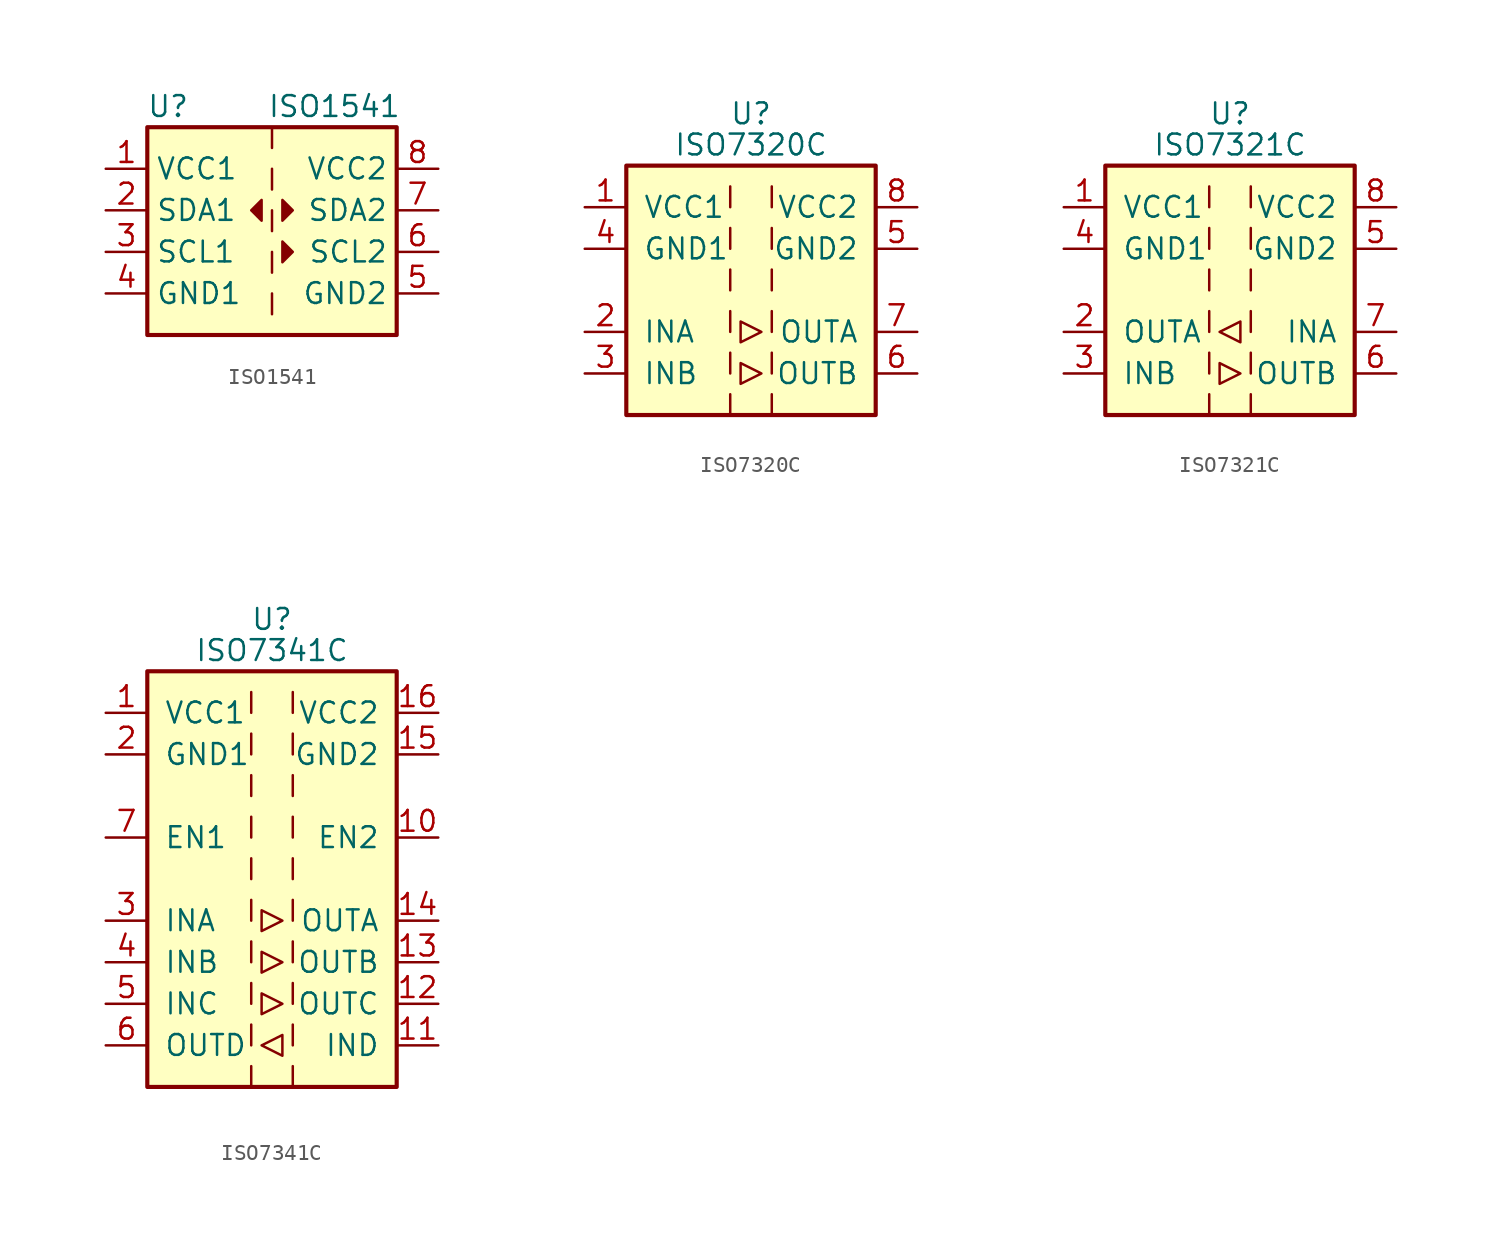
<source format=kicad_sym>
(kicad_symbol_lib
  (version 20201005)
  (generator kicad_symbol_editor)
  (symbol "ISO1541"
    (property "Reference" "U"
      (at -6.35 6.35 0)
      (effects (font (size 1.27 1.27))))
    (property "Value" "ISO1541"
      (at 3.81 6.35 0)
      (effects (font (size 1.27 1.27))))
    (symbol "ISO1541_0_1"
      (rectangle (start -7.62 5.08) (end 7.62 -7.62) (stroke (width 0.254)) (fill (type background)))
      (rectangle (start 0 -5.08) (end 0 -6.35) (stroke (width 0)) (fill (type none)))
      (polyline (pts (xy 0 -2.54) (xy 0 -3.81)) (stroke (width 0)) (fill (type none)))
      (polyline (pts (xy 0 0) (xy 0 -1.27)) (stroke (width 0)) (fill (type none)))
      (polyline (pts (xy 0 2.54) (xy 0 1.27)) (stroke (width 0)) (fill (type none)))
      (polyline (pts (xy 0 5.08) (xy 0 3.81)) (stroke (width 0)) (fill (type none)))
      (polyline (pts (xy -0.635 0.635) (xy -1.27 0) (xy -0.635 -0.635) (xy -0.635 0.635)) (stroke (width 0)) (fill (type outline)))
      (polyline (pts (xy 0.635 -1.905) (xy 1.27 -2.54) (xy 0.635 -3.175) (xy 0.635 -1.905)) (stroke (width 0)) (fill (type outline)))
      (polyline (pts (xy 0.635 0.635) (xy 1.27 0) (xy 0.635 -0.635) (xy 0.635 0.635)) (stroke (width 0)) (fill (type outline))))
    (symbol "ISO1541_1_1"
      (pin power_in line (at -10.16 2.54 0) (length 2.54) (name "VCC1" (effects (font (size 1.27 1.27)))) (number "1" (effects (font (size 1.27 1.27)))))
      (pin bidirectional line (at -10.16 0 0) (length 2.54) (name "SDA1" (effects (font (size 1.27 1.27)))) (number "2" (effects (font (size 1.27 1.27)))))
      (pin input line (at -10.16 -2.54 0) (length 2.54) (name "SCL1" (effects (font (size 1.27 1.27)))) (number "3" (effects (font (size 1.27 1.27)))))
      (pin power_in line (at -10.16 -5.08 0) (length 2.54) (name "GND1" (effects (font (size 1.27 1.27)))) (number "4" (effects (font (size 1.27 1.27)))))
      (pin power_in line (at 10.16 -5.08 180) (length 2.54) (name "GND2" (effects (font (size 1.27 1.27)))) (number "5" (effects (font (size 1.27 1.27)))))
      (pin output line (at 10.16 -2.54 180) (length 2.54) (name "SCL2" (effects (font (size 1.27 1.27)))) (number "6" (effects (font (size 1.27 1.27)))))
      (pin bidirectional line (at 10.16 0 180) (length 2.54) (name "SDA2" (effects (font (size 1.27 1.27)))) (number "7" (effects (font (size 1.27 1.27)))))
      (pin power_in line (at 10.16 2.54 180) (length 2.54) (name "VCC2" (effects (font (size 1.27 1.27)))) (number "8" (effects (font (size 1.27 1.27)))))))
  (symbol "ISO7320C"
    (pin_names
      (offset 1.016))
    (property "Reference" "U"
      (at 0 10.795 0)
      (effects (font (size 1.27 1.27))))
    (property "Value" "ISO7320C"
      (at 0 8.89 0)
      (effects (font (size 1.27 1.27))))
    (symbol "ISO7320C_0_1"
      (rectangle (start -7.62 7.62) (end 7.62 -7.62) (stroke (width 0.254)) (fill (type background)))
      (polyline (pts (xy -1.27 -6.35) (xy -1.27 -7.62)) (stroke (width 0)) (fill (type none)))
      (polyline (pts (xy -1.27 -3.81) (xy -1.27 -5.08)) (stroke (width 0)) (fill (type none)))
      (polyline (pts (xy -1.27 -1.27) (xy -1.27 -2.54)) (stroke (width 0)) (fill (type none)))
      (polyline (pts (xy -1.27 1.27) (xy -1.27 0)) (stroke (width 0)) (fill (type none)))
      (polyline (pts (xy -1.27 3.81) (xy -1.27 2.54)) (stroke (width 0)) (fill (type none)))
      (polyline (pts (xy -1.27 6.35) (xy -1.27 5.08)) (stroke (width 0)) (fill (type none)))
      (polyline (pts (xy 1.27 -6.35) (xy 1.27 -7.62)) (stroke (width 0)) (fill (type none)))
      (polyline (pts (xy 1.27 -3.81) (xy 1.27 -5.08)) (stroke (width 0)) (fill (type none)))
      (polyline (pts (xy 1.27 -1.27) (xy 1.27 -2.54)) (stroke (width 0)) (fill (type none)))
      (polyline (pts (xy 1.27 1.27) (xy 1.27 0)) (stroke (width 0)) (fill (type none)))
      (polyline (pts (xy 1.27 3.81) (xy 1.27 2.54)) (stroke (width 0)) (fill (type none)))
      (polyline (pts (xy 1.27 6.35) (xy 1.27 5.08)) (stroke (width 0)) (fill (type none)))
      (polyline (pts (xy -0.635 -4.445) (xy -0.635 -5.715) (xy 0.635 -5.08) (xy -0.635 -4.445)) (stroke (width 0)) (fill (type none)))
      (polyline (pts (xy -0.635 -1.905) (xy -0.635 -3.175) (xy 0.635 -2.54) (xy -0.635 -1.905)) (stroke (width 0)) (fill (type none))))
    (symbol "ISO7320C_1_1"
      (pin power_in line (at -10.16 5.08 0) (length 2.54) (name "VCC1" (effects (font (size 1.27 1.27)))) (number "1" (effects (font (size 1.27 1.27)))))
      (pin input line (at -10.16 -2.54 0) (length 2.54) (name "INA" (effects (font (size 1.27 1.27)))) (number "2" (effects (font (size 1.27 1.27)))))
      (pin input line (at -10.16 -5.08 0) (length 2.54) (name "INB" (effects (font (size 1.27 1.27)))) (number "3" (effects (font (size 1.27 1.27)))))
      (pin power_in line (at -10.16 2.54 0) (length 2.54) (name "GND1" (effects (font (size 1.27 1.27)))) (number "4" (effects (font (size 1.27 1.27)))))
      (pin power_in line (at 10.16 2.54 180) (length 2.54) (name "GND2" (effects (font (size 1.27 1.27)))) (number "5" (effects (font (size 1.27 1.27)))))
      (pin output line (at 10.16 -5.08 180) (length 2.54) (name "OUTB" (effects (font (size 1.27 1.27)))) (number "6" (effects (font (size 1.27 1.27)))))
      (pin output line (at 10.16 -2.54 180) (length 2.54) (name "OUTA" (effects (font (size 1.27 1.27)))) (number "7" (effects (font (size 1.27 1.27)))))
      (pin power_in line (at 10.16 5.08 180) (length 2.54) (name "VCC2" (effects (font (size 1.27 1.27)))) (number "8" (effects (font (size 1.27 1.27)))))))
  (symbol "ISO7321C"
    (pin_names
      (offset 1.016))
    (property "Reference" "U"
      (at 0 10.795 0)
      (effects (font (size 1.27 1.27))))
    (property "Value" "ISO7321C"
      (at 0 8.89 0)
      (effects (font (size 1.27 1.27))))
    (symbol "ISO7321C_0_1"
      (rectangle (start -7.62 7.62) (end 7.62 -7.62) (stroke (width 0.254)) (fill (type background)))
      (polyline (pts (xy -1.27 -6.35) (xy -1.27 -7.62)) (stroke (width 0)) (fill (type none)))
      (polyline (pts (xy -1.27 -3.81) (xy -1.27 -5.08)) (stroke (width 0)) (fill (type none)))
      (polyline (pts (xy -1.27 -1.27) (xy -1.27 -2.54)) (stroke (width 0)) (fill (type none)))
      (polyline (pts (xy -1.27 1.27) (xy -1.27 0)) (stroke (width 0)) (fill (type none)))
      (polyline (pts (xy -1.27 3.81) (xy -1.27 2.54)) (stroke (width 0)) (fill (type none)))
      (polyline (pts (xy -1.27 6.35) (xy -1.27 5.08)) (stroke (width 0)) (fill (type none)))
      (polyline (pts (xy 1.27 -6.35) (xy 1.27 -7.62)) (stroke (width 0)) (fill (type none)))
      (polyline (pts (xy 1.27 -3.81) (xy 1.27 -5.08)) (stroke (width 0)) (fill (type none)))
      (polyline (pts (xy 1.27 -1.27) (xy 1.27 -2.54)) (stroke (width 0)) (fill (type none)))
      (polyline (pts (xy 1.27 1.27) (xy 1.27 0)) (stroke (width 0)) (fill (type none)))
      (polyline (pts (xy 1.27 3.81) (xy 1.27 2.54)) (stroke (width 0)) (fill (type none)))
      (polyline (pts (xy 1.27 6.35) (xy 1.27 5.08)) (stroke (width 0)) (fill (type none)))
      (polyline (pts (xy -0.635 -4.445) (xy -0.635 -5.715) (xy 0.635 -5.08) (xy -0.635 -4.445)) (stroke (width 0)) (fill (type none)))
      (polyline (pts (xy -0.635 -2.54) (xy 0.635 -1.905) (xy 0.635 -3.175) (xy -0.635 -2.54)) (stroke (width 0)) (fill (type none))))
    (symbol "ISO7321C_1_1"
      (pin power_in line (at -10.16 5.08 0) (length 2.54) (name "VCC1" (effects (font (size 1.27 1.27)))) (number "1" (effects (font (size 1.27 1.27)))))
      (pin output line (at -10.16 -2.54 0) (length 2.54) (name "OUTA" (effects (font (size 1.27 1.27)))) (number "2" (effects (font (size 1.27 1.27)))))
      (pin input line (at -10.16 -5.08 0) (length 2.54) (name "INB" (effects (font (size 1.27 1.27)))) (number "3" (effects (font (size 1.27 1.27)))))
      (pin power_in line (at -10.16 2.54 0) (length 2.54) (name "GND1" (effects (font (size 1.27 1.27)))) (number "4" (effects (font (size 1.27 1.27)))))
      (pin power_in line (at 10.16 2.54 180) (length 2.54) (name "GND2" (effects (font (size 1.27 1.27)))) (number "5" (effects (font (size 1.27 1.27)))))
      (pin output line (at 10.16 -5.08 180) (length 2.54) (name "OUTB" (effects (font (size 1.27 1.27)))) (number "6" (effects (font (size 1.27 1.27)))))
      (pin input line (at 10.16 -2.54 180) (length 2.54) (name "INA" (effects (font (size 1.27 1.27)))) (number "7" (effects (font (size 1.27 1.27)))))
      (pin power_in line (at 10.16 5.08 180) (length 2.54) (name "VCC2" (effects (font (size 1.27 1.27)))) (number "8" (effects (font (size 1.27 1.27)))))))
  (symbol "ISO7341C"
    (pin_names
      (offset 1.016))
    (property "Reference" "U"
      (at 0 15.875 0)
      (effects (font (size 1.27 1.27))))
    (property "Value" "ISO7341C"
      (at 0 13.97 0)
      (effects (font (size 1.27 1.27))))
    (symbol "ISO7341C_0_1"
      (rectangle (start -7.62 12.7) (end 7.62 -12.7) (stroke (width 0.254)) (fill (type background)))
      (polyline (pts (xy -1.27 -11.43) (xy -1.27 -12.7)) (stroke (width 0)) (fill (type none)))
      (polyline (pts (xy -1.27 -8.89) (xy -1.27 -10.16)) (stroke (width 0)) (fill (type none)))
      (polyline (pts (xy -1.27 -6.35) (xy -1.27 -7.62)) (stroke (width 0)) (fill (type none)))
      (polyline (pts (xy -1.27 -3.81) (xy -1.27 -5.08)) (stroke (width 0)) (fill (type none)))
      (polyline (pts (xy -1.27 -1.27) (xy -1.27 -2.54)) (stroke (width 0)) (fill (type none)))
      (polyline (pts (xy -1.27 1.27) (xy -1.27 0)) (stroke (width 0)) (fill (type none)))
      (polyline (pts (xy -1.27 3.81) (xy -1.27 2.54)) (stroke (width 0)) (fill (type none)))
      (polyline (pts (xy -1.27 6.35) (xy -1.27 5.08)) (stroke (width 0)) (fill (type none)))
      (polyline (pts (xy -1.27 8.89) (xy -1.27 7.62)) (stroke (width 0)) (fill (type none)))
      (polyline (pts (xy -1.27 11.43) (xy -1.27 10.16)) (stroke (width 0)) (fill (type none)))
      (polyline (pts (xy 1.27 -11.43) (xy 1.27 -12.7)) (stroke (width 0)) (fill (type none)))
      (polyline (pts (xy 1.27 -8.89) (xy 1.27 -10.16)) (stroke (width 0)) (fill (type none)))
      (polyline (pts (xy 1.27 -6.35) (xy 1.27 -7.62)) (stroke (width 0)) (fill (type none)))
      (polyline (pts (xy 1.27 -3.81) (xy 1.27 -5.08)) (stroke (width 0)) (fill (type none)))
      (polyline (pts (xy 1.27 -1.27) (xy 1.27 -2.54)) (stroke (width 0)) (fill (type none)))
      (polyline (pts (xy 1.27 1.27) (xy 1.27 0)) (stroke (width 0)) (fill (type none)))
      (polyline (pts (xy 1.27 3.81) (xy 1.27 2.54)) (stroke (width 0)) (fill (type none)))
      (polyline (pts (xy 1.27 6.35) (xy 1.27 5.08)) (stroke (width 0)) (fill (type none)))
      (polyline (pts (xy 1.27 8.89) (xy 1.27 7.62)) (stroke (width 0)) (fill (type none)))
      (polyline (pts (xy 1.27 11.43) (xy 1.27 10.16)) (stroke (width 0)) (fill (type none)))
      (polyline (pts (xy -0.635 -10.16) (xy 0.635 -9.525) (xy 0.635 -10.795) (xy -0.635 -10.16)) (stroke (width 0)) (fill (type none)))
      (polyline (pts (xy -0.635 -6.985) (xy -0.635 -8.255) (xy 0.635 -7.62) (xy -0.635 -6.985)) (stroke (width 0)) (fill (type none)))
      (polyline (pts (xy -0.635 -4.445) (xy -0.635 -5.715) (xy 0.635 -5.08) (xy -0.635 -4.445)) (stroke (width 0)) (fill (type none)))
      (polyline (pts (xy -0.635 -1.905) (xy -0.635 -3.175) (xy 0.635 -2.54) (xy -0.635 -1.905)) (stroke (width 0)) (fill (type none))))
    (symbol "ISO7341C_1_1"
      (pin power_in line (at -10.16 10.16 0) (length 2.54) (name "VCC1" (effects (font (size 1.27 1.27)))) (number "1" (effects (font (size 1.27 1.27)))))
      (pin input line (at 10.16 2.54 180) (length 2.54) (name "EN2" (effects (font (size 1.27 1.27)))) (number "10" (effects (font (size 1.27 1.27)))))
      (pin input line (at 10.16 -10.16 180) (length 2.54) (name "IND" (effects (font (size 1.27 1.27)))) (number "11" (effects (font (size 1.27 1.27)))))
      (pin output line (at 10.16 -7.62 180) (length 2.54) (name "OUTC" (effects (font (size 1.27 1.27)))) (number "12" (effects (font (size 1.27 1.27)))))
      (pin output line (at 10.16 -5.08 180) (length 2.54) (name "OUTB" (effects (font (size 1.27 1.27)))) (number "13" (effects (font (size 1.27 1.27)))))
      (pin output line (at 10.16 -2.54 180) (length 2.54) (name "OUTA" (effects (font (size 1.27 1.27)))) (number "14" (effects (font (size 1.27 1.27)))))
      (pin power_in line (at 10.16 7.62 180) (length 2.54) (name "GND2" (effects (font (size 1.27 1.27)))) (number "15" (effects (font (size 1.27 1.27)))))
      (pin power_in line (at 10.16 10.16 180) (length 2.54) (name "VCC2" (effects (font (size 1.27 1.27)))) (number "16" (effects (font (size 1.27 1.27)))))
      (pin power_in line (at -10.16 7.62 0) (length 2.54) (name "GND1" (effects (font (size 1.27 1.27)))) (number "2" (effects (font (size 1.27 1.27)))))
      (pin input line (at -10.16 -2.54 0) (length 2.54) (name "INA" (effects (font (size 1.27 1.27)))) (number "3" (effects (font (size 1.27 1.27)))))
      (pin input line (at -10.16 -5.08 0) (length 2.54) (name "INB" (effects (font (size 1.27 1.27)))) (number "4" (effects (font (size 1.27 1.27)))))
      (pin input line (at -10.16 -7.62 0) (length 2.54) (name "INC" (effects (font (size 1.27 1.27)))) (number "5" (effects (font (size 1.27 1.27)))))
      (pin output line (at -10.16 -10.16 0) (length 2.54) (name "OUTD" (effects (font (size 1.27 1.27)))) (number "6" (effects (font (size 1.27 1.27)))))
      (pin input line (at -10.16 2.54 0) (length 2.54) (name "EN1" (effects (font (size 1.27 1.27)))) (number "7" (effects (font (size 1.27 1.27)))))
      (pin passive line (at -10.16 7.62 0) (length 2.54) hide (name "GND1" (effects (font (size 1.27 1.27)))) (number "8" (effects (font (size 1.27 1.27)))))
      (pin passive line (at 10.16 7.62 180) (length 2.54) hide (name "GND2" (effects (font (size 1.27 1.27)))) (number "9" (effects (font (size 1.27 1.27))))))))
</source>
